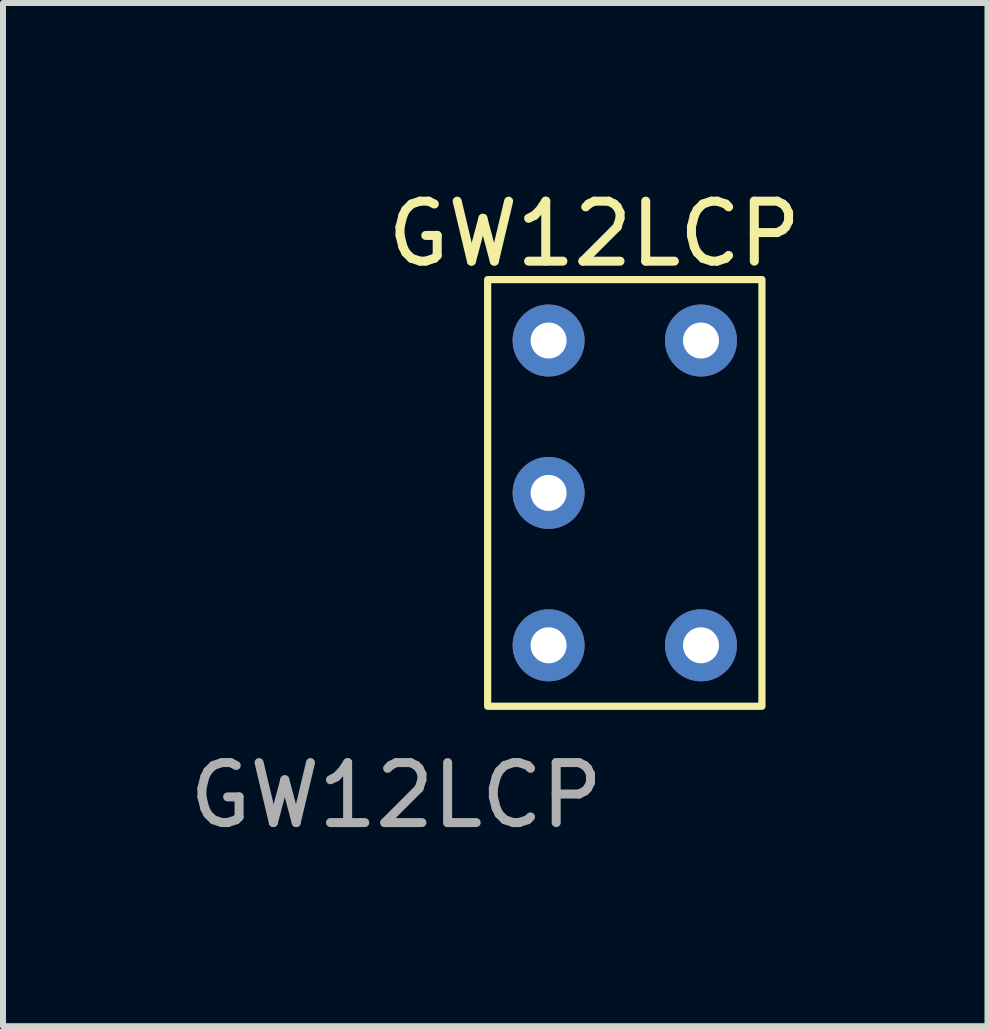
<source format=kicad_pcb>
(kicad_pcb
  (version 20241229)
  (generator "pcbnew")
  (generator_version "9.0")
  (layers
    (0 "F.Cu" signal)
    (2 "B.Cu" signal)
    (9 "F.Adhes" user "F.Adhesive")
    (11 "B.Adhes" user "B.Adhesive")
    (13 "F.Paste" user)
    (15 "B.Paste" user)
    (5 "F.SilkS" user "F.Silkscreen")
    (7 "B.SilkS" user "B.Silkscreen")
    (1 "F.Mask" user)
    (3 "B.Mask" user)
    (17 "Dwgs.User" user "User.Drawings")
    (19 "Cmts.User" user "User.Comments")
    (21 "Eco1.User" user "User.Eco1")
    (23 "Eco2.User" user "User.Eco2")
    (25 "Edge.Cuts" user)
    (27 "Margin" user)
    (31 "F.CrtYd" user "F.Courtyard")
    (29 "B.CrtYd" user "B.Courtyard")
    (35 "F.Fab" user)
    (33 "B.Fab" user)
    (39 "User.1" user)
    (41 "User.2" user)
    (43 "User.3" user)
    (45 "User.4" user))
  (footprint "GW12LCP"
    (layer "F.Cu")
    (at 6.094 7.706)
    (property "Reference" "GW12LCP" (at 0.762 -6.858 0) (unlocked yes) (layer "F.SilkS") (effects (font (size 1 1) (thickness 0.15))))
    (attr through_hole)
    (fp_rect (start -1.016 -6.096) (end 3.556 1.016) (stroke (width 0.12) (type default)) (fill no) (layer "F.SilkS"))
    (fp_text user "${REFERENCE}" (at -2.54 2.5 0) (unlocked yes) (layer "F.Fab") (effects (font (size 1 1) (thickness 0.15))))
    (pad "1" thru_hole circle (at 2.54 -5.08) (size 1.2 1.2) (drill 0.6) (layers "*.Cu" "*.Mask"))
    (pad "3" thru_hole circle (at 2.54 0) (size 1.2 1.2) (drill 0.6) (layers "*.Cu" "*.Mask"))
    (pad "4" thru_hole circle (at 0 -5.08) (size 1.2 1.2) (drill 0.6) (layers "*.Cu" "*.Mask"))
    (pad "5" thru_hole circle (at 0 -2.54) (size 1.2 1.2) (drill 0.6) (layers "*.Cu" "*.Mask"))
    (pad "6" thru_hole circle (at 0 0) (size 1.2 1.2) (drill 0.6) (layers "*.Cu" "*.Mask")))
  (gr_rect
    (start -3 -3)
    (end 13.409 14.055)
    (stroke (width 0.1) (type default))
    (fill no)
    (layer "Edge.Cuts")))
</source>
